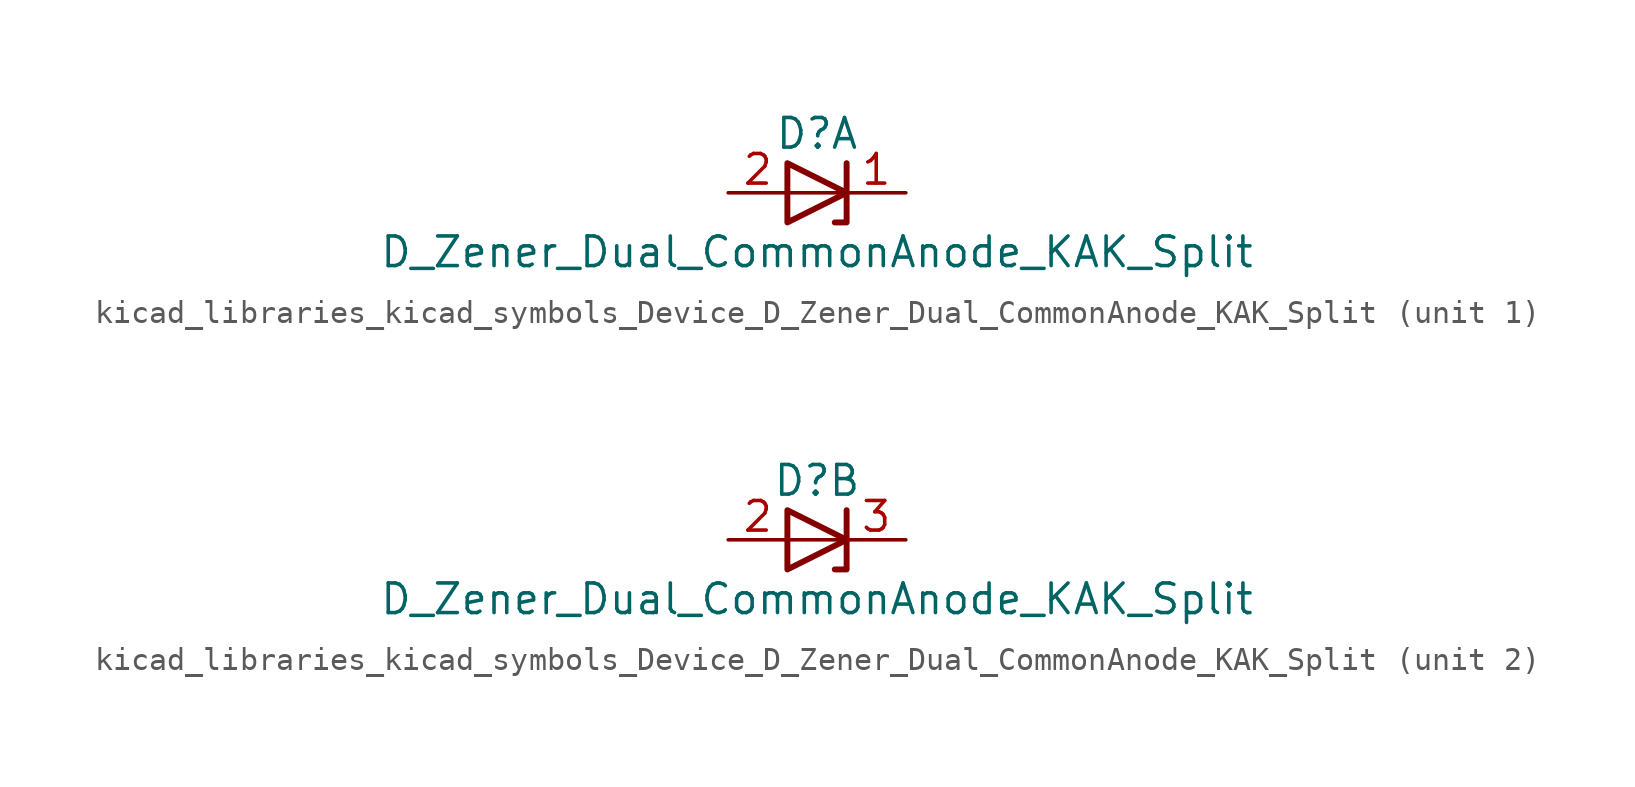
<source format=kicad_sym>
(kicad_symbol_lib
  (version 20220914)
  (generator kicad_symbol_editor)
  (symbol "kicad_libraries_kicad_symbols_Device_D_Zener_Dual_CommonAnode_KAK_Split"
    (pin_names
      (offset 0.762) hide)
    (property "Reference" "D"
      (at 0 2.54 0)
      (effects (font (size 1.27 1.27))))
    (property "Value" "D_Zener_Dual_CommonAnode_KAK_Split"
      (at 0 -2.54 0)
      (effects (font (size 1.27 1.27))))
    (property "ki_locked" ""
      (at 0 0 0)
      (effects (font (size 1.27 1.27))))
    (symbol "kicad_libraries_kicad_symbols_Device_D_Zener_Dual_CommonAnode_KAK_Split_0_0"
      (polyline (pts (xy 1.27 1.27) (xy 1.27 -1.27) (xy 0.762 -1.27)) (stroke (width 0.254) (type default)) (fill (type none))))
    (symbol "kicad_libraries_kicad_symbols_Device_D_Zener_Dual_CommonAnode_KAK_Split_0_1"
      (polyline (pts (xy 1.27 0) (xy -1.27 0)) (stroke (width 0) (type default)) (fill (type none)))
      (polyline (pts (xy -1.27 1.27) (xy 1.27 0) (xy -1.27 -1.27) (xy -1.27 1.27) (xy -1.27 1.27) (xy -1.27 1.27)) (stroke (width 0.254) (type default)) (fill (type none)))
      (pin passive line (at -3.81 0 0) (length 2.54) (name "A" (effects (font (size 1.27 1.27)))) (number "2" (effects (font (size 1.27 1.27))))))
    (symbol "kicad_libraries_kicad_symbols_Device_D_Zener_Dual_CommonAnode_KAK_Split_1_1"
      (pin passive line (at 3.81 0 180) (length 2.54) (name "K" (effects (font (size 1.27 1.27)))) (number "1" (effects (font (size 1.27 1.27))))))
    (symbol "kicad_libraries_kicad_symbols_Device_D_Zener_Dual_CommonAnode_KAK_Split_2_1"
      (pin passive line (at 3.81 0 180) (length 2.54) (name "K" (effects (font (size 1.27 1.27)))) (number "3" (effects (font (size 1.27 1.27))))))))
</source>
